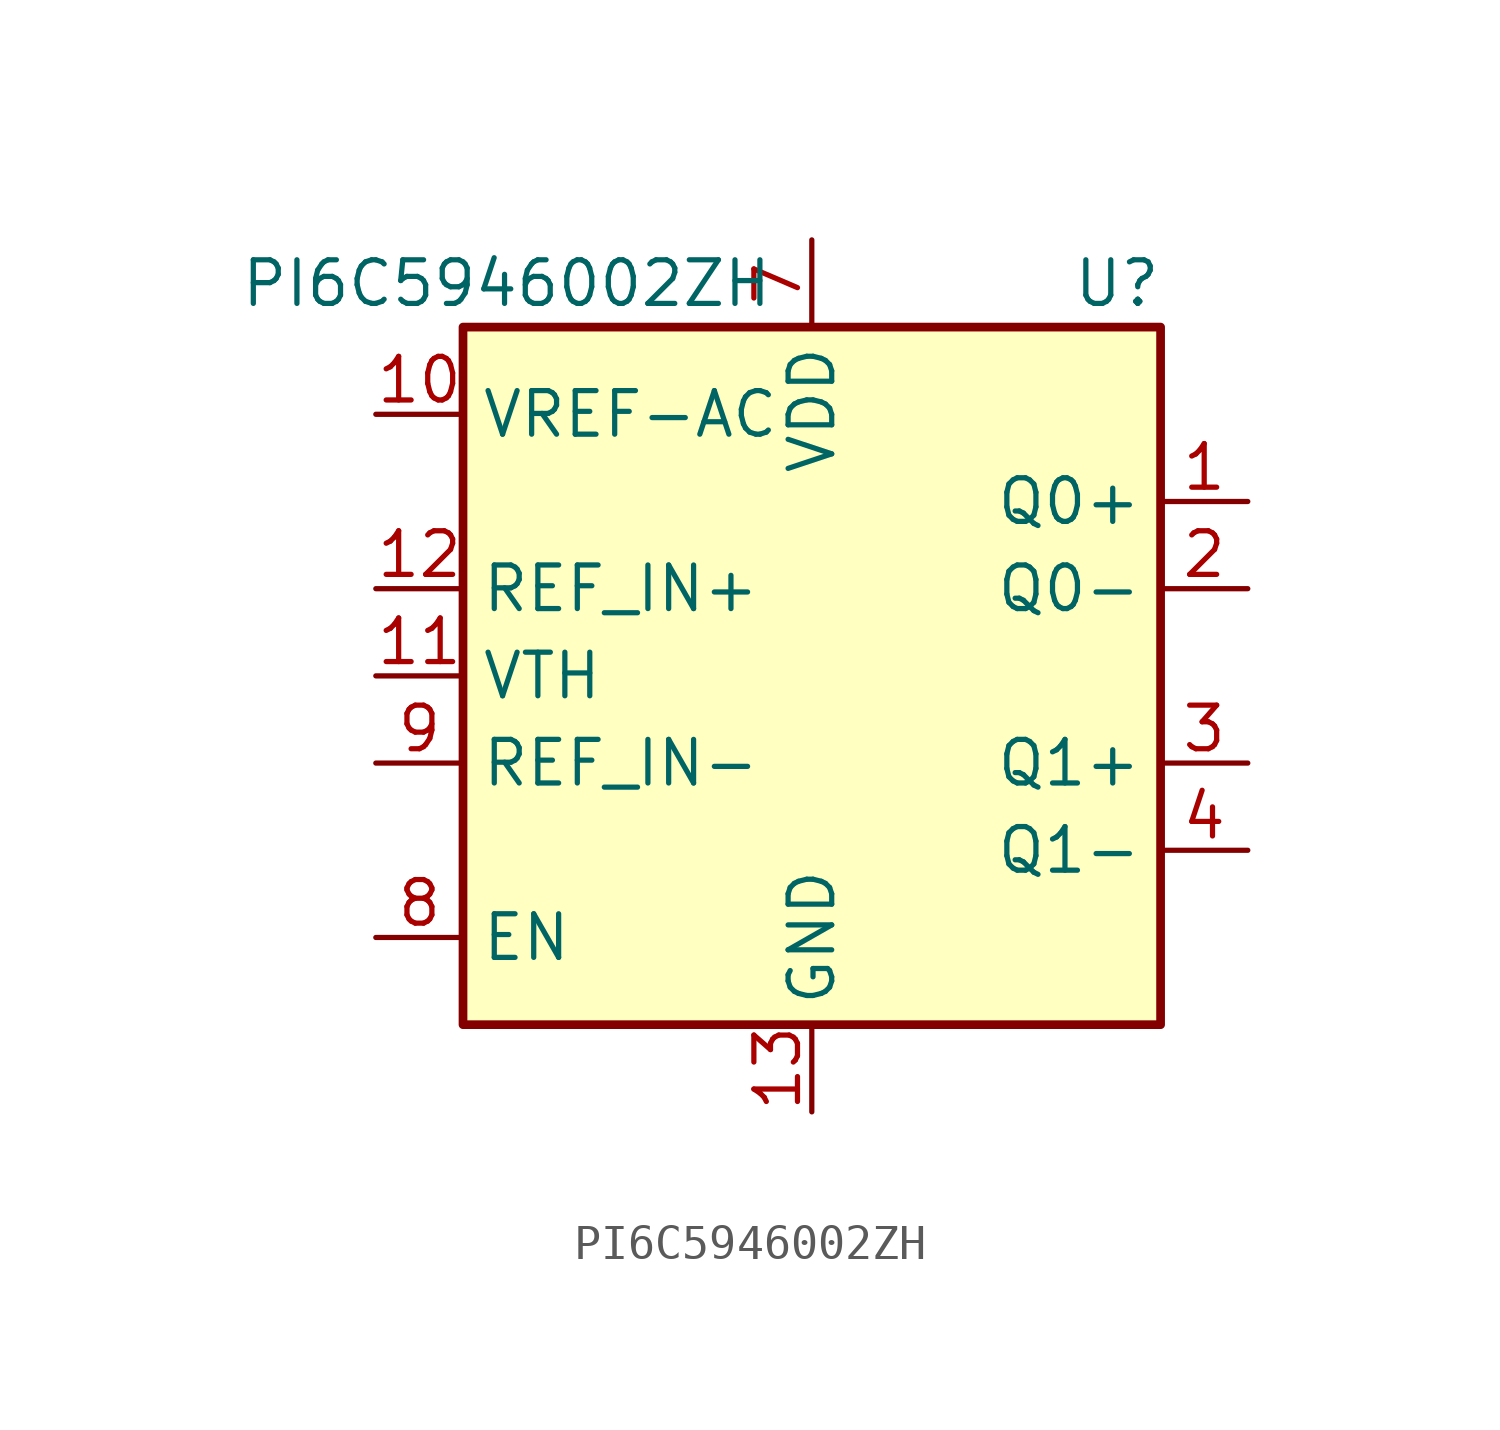
<source format=kicad_sym>
(kicad_symbol_lib
  (version 20200908)
  (generator kicad_symbol_editor)
  (symbol "Buffer:PI6C5946002ZH"
    (property "Reference" "U"
      (at 8.89 11.43 0)
      (effects (font (size 1.27 1.27))))
    (property "Value" "PI6C5946002ZH"
      (at -8.89 11.43 0)
      (effects (font (size 1.27 1.27))))
    (symbol "PI6C5946002ZH_0_1"
      (rectangle (start -10.16 10.16) (end 10.16 -10.16) (stroke (width 0.254)) (fill (type background))))
    (symbol "PI6C5946002ZH_1_1"
      (pin output line (at 12.7 5.08 180) (length 2.54) (name "Q0+" (effects (font (size 1.27 1.27)))) (number "1" (effects (font (size 1.27 1.27)))))
      (pin output line (at -12.7 7.62 0) (length 2.54) (name "VREF-AC" (effects (font (size 1.27 1.27)))) (number "10" (effects (font (size 1.27 1.27)))))
      (pin input line (at -12.7 0 0) (length 2.54) (name "VTH" (effects (font (size 1.27 1.27)))) (number "11" (effects (font (size 1.27 1.27)))))
      (pin input line (at -12.7 2.54 0) (length 2.54) (name "REF_IN+" (effects (font (size 1.27 1.27)))) (number "12" (effects (font (size 1.27 1.27)))))
      (pin power_in line (at 0 -12.7 90) (length 2.54) (name "GND" (effects (font (size 1.27 1.27)))) (number "13" (effects (font (size 1.27 1.27)))))
      (pin passive line (at 0 12.7 270) (length 2.54) hide (name "VDD" (effects (font (size 1.27 1.27)))) (number "14" (effects (font (size 1.27 1.27)))))
      (pin unconnected line (at 10.16 -7.62 180) (length 2.54) hide (name "DNC" (effects (font (size 1.27 1.27)))) (number "15" (effects (font (size 1.27 1.27)))))
      (pin unconnected line (at 10.16 7.62 180) (length 2.54) hide (name "DNC" (effects (font (size 1.27 1.27)))) (number "16" (effects (font (size 1.27 1.27)))))
      (pin passive line (at 0 -12.7 90) (length 2.54) hide (name "GND" (effects (font (size 1.27 1.27)))) (number "17" (effects (font (size 1.27 1.27)))))
      (pin output line (at 12.7 2.54 180) (length 2.54) (name "Q0-" (effects (font (size 1.27 1.27)))) (number "2" (effects (font (size 1.27 1.27)))))
      (pin output line (at 12.7 -2.54 180) (length 2.54) (name "Q1+" (effects (font (size 1.27 1.27)))) (number "3" (effects (font (size 1.27 1.27)))))
      (pin output line (at 12.7 -5.08 180) (length 2.54) (name "Q1-" (effects (font (size 1.27 1.27)))) (number "4" (effects (font (size 1.27 1.27)))))
      (pin unconnected line (at -10.16 5.08 0) (length 2.54) hide (name "DNC" (effects (font (size 1.27 1.27)))) (number "5" (effects (font (size 1.27 1.27)))))
      (pin unconnected line (at -10.16 -5.08 0) (length 2.54) hide (name "DNC" (effects (font (size 1.27 1.27)))) (number "6" (effects (font (size 1.27 1.27)))))
      (pin power_in line (at 0 12.7 270) (length 2.54) (name "VDD" (effects (font (size 1.27 1.27)))) (number "7" (effects (font (size 1.27 1.27)))))
      (pin input line (at -12.7 -7.62 0) (length 2.54) (name "EN" (effects (font (size 1.27 1.27)))) (number "8" (effects (font (size 1.27 1.27)))))
      (pin input line (at -12.7 -2.54 0) (length 2.54) (name "REF_IN-" (effects (font (size 1.27 1.27)))) (number "9" (effects (font (size 1.27 1.27))))))))
</source>
